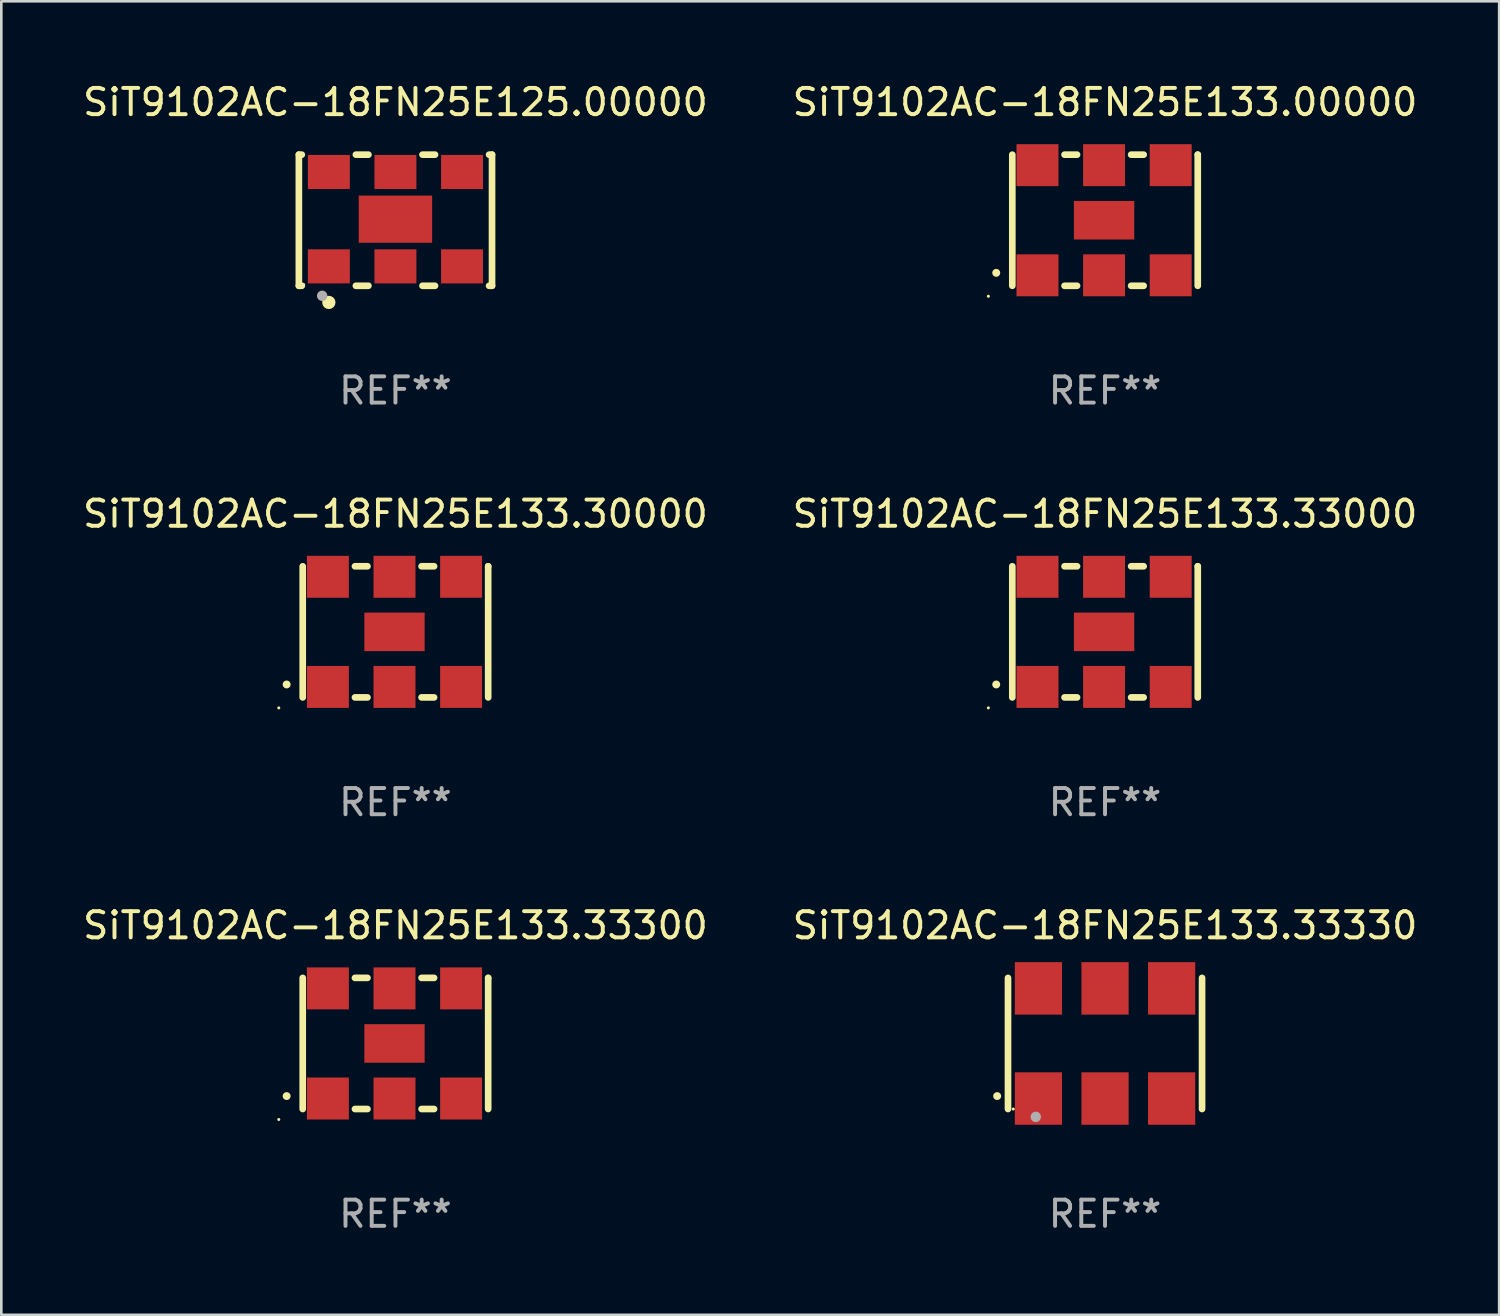
<source format=kicad_pcb>
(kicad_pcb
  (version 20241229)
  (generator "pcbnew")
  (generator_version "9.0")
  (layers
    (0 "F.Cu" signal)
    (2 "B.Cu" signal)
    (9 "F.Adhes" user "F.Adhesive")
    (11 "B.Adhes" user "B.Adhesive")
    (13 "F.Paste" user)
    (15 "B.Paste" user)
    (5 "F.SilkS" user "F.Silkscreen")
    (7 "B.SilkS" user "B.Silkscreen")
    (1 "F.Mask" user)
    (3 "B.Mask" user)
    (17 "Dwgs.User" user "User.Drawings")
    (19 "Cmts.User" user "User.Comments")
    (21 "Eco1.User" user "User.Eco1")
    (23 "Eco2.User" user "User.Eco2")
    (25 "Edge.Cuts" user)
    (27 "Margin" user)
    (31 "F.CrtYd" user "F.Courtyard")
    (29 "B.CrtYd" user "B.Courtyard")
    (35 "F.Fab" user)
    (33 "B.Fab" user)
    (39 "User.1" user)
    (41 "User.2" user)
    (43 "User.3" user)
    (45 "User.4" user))
  (footprint "SiT9102AC-18FN25E133.33330"
    (layer "F.Cu")
    (at 39.089 36.741)
    (property "Reference" "SiT9102AC-18FN25E133.33330" (at 0 -4.5 0) (layer "F.SilkS") (effects (font (size 1 1) (thickness 0.15))))
    (attr through_hole)
    (fp_line (start -3.7 -2.5) (end -3.7 2.5) (stroke (width 0.254) (type solid)) (layer "F.SilkS"))
    (fp_line (start 3.7 -2.5) (end 3.7 2.5) (stroke (width 0.254) (type solid)) (layer "F.SilkS"))
    (fp_arc (start -4.114415 2.006604) (mid -4.113145 2.006599) (end -4.111875 2.006604) (stroke (width 0.3) (type solid)) (layer "F.SilkS"))
    (fp_circle (center -3.5 2.501) (end -3.47 2.501) (stroke (width 0.06) (type solid)) (fill no) (layer "F.SilkS"))
    (fp_circle (center -2.641 2.799) (end -2.541 2.799) (stroke (width 0.2) (type solid)) (fill no) (layer "F.Fab"))
    (fp_text user "REF**" (at 0 6.5 0) (layer "F.Fab") (effects (font (size 1 1) (thickness 0.15))))
    (pad "1" smd rect (at -2.54 2.1) (size 1.8 2) (layers "F.Cu" "F.Mask" "F.Paste"))
    (pad "2" smd rect (at 0.000394 2.1) (size 1.8 2) (layers "F.Cu" "F.Mask" "F.Paste"))
    (pad "3" smd rect (at 2.54 2.1) (size 1.8 2) (layers "F.Cu" "F.Mask" "F.Paste"))
    (pad "4" smd rect (at 2.54 -2.1) (size 1.8 2) (layers "F.Cu" "F.Mask" "F.Paste"))
    (pad "5" smd rect (at 0.000394 -2.1) (size 1.8 2) (layers "F.Cu" "F.Mask" "F.Paste"))
    (pad "6" smd rect (at -2.54 -2.1) (size 1.8 2) (layers "F.Cu" "F.Mask" "F.Paste")))
  (footprint "SiT9102AC-18FN25E133.30000"
    (layer "F.Cu")
    (at 12.03 21.045)
    (property "Reference" "SiT9102AC-18FN25E133.30000" (at 0 -4.5 0) (layer "F.SilkS") (effects (font (size 1 1) (thickness 0.15))))
    (attr through_hole)
    (fp_line (start -3.536 -2.5) (end -3.536 2.5) (stroke (width 0.254) (type solid)) (layer "F.SilkS"))
    (fp_line (start -1.544 2.5) (end -1.067 2.5) (stroke (width 0.254) (type solid)) (layer "F.SilkS"))
    (fp_line (start -1.067 -2.5) (end -1.544 -2.5) (stroke (width 0.254) (type solid)) (layer "F.SilkS"))
    (fp_line (start 0.996 2.5) (end 1.473 2.5) (stroke (width 0.254) (type solid)) (layer "F.SilkS"))
    (fp_line (start 1.473 -2.5) (end 0.996 -2.5) (stroke (width 0.254) (type solid)) (layer "F.SilkS"))
    (fp_line (start 3.536 -2.5) (end 3.536 -2.5) (stroke (width 0.254) (type solid)) (layer "F.SilkS"))
    (fp_line (start 3.536 2.5) (end 3.536 -2.5) (stroke (width 0.254) (type solid)) (layer "F.SilkS"))
    (fp_arc (start -4.150432 2.006604) (mid -4.149162 2.006599) (end -4.147892 2.006604) (stroke (width 0.3) (type solid)) (layer "F.SilkS"))
    (fp_circle (center -4.449 2.9) (end -4.419 2.9) (stroke (width 0.06) (type solid)) (fill no) (layer "F.SilkS"))
    (fp_text user "REF**" (at 0 6.5 0) (layer "F.Fab") (effects (font (size 1 1) (thickness 0.15))))
    (pad "1" smd rect (at -2.576 2.1) (size 1.6 1.6) (layers "F.Cu" "F.Mask" "F.Paste"))
    (pad "2" smd rect (at -0.036 2.1) (size 1.6 1.6) (layers "F.Cu" "F.Mask" "F.Paste"))
    (pad "3" smd rect (at 2.504 2.1) (size 1.6 1.6) (layers "F.Cu" "F.Mask" "F.Paste"))
    (pad "4" smd rect (at 2.504 -2.1) (size 1.6 1.6) (layers "F.Cu" "F.Mask" "F.Paste"))
    (pad "5" smd rect (at -0.036 -2.1) (size 1.6 1.6) (layers "F.Cu" "F.Mask" "F.Paste"))
    (pad "6" smd rect (at -2.576 -2.1) (size 1.6 1.6) (layers "F.Cu" "F.Mask" "F.Paste"))
    (pad "7" smd rect (at -0.036 0) (size 2.3 1.47) (layers "F.Cu" "F.Mask" "F.Paste")))
  (footprint "SiT9102AC-18FN25E133.00000"
    (layer "F.Cu")
    (at 39.089 5.348)
    (property "Reference" "SiT9102AC-18FN25E133.00000" (at 0 -4.5 0) (layer "F.SilkS") (effects (font (size 1 1) (thickness 0.15))))
    (attr through_hole)
    (fp_line (start -3.536 -2.5) (end -3.536 2.5) (stroke (width 0.254) (type solid)) (layer "F.SilkS"))
    (fp_line (start -1.544 2.5) (end -1.067 2.5) (stroke (width 0.254) (type solid)) (layer "F.SilkS"))
    (fp_line (start -1.067 -2.5) (end -1.544 -2.5) (stroke (width 0.254) (type solid)) (layer "F.SilkS"))
    (fp_line (start 0.996 2.5) (end 1.473 2.5) (stroke (width 0.254) (type solid)) (layer "F.SilkS"))
    (fp_line (start 1.473 -2.5) (end 0.996 -2.5) (stroke (width 0.254) (type solid)) (layer "F.SilkS"))
    (fp_line (start 3.536 -2.5) (end 3.536 -2.5) (stroke (width 0.254) (type solid)) (layer "F.SilkS"))
    (fp_line (start 3.536 2.5) (end 3.536 -2.5) (stroke (width 0.254) (type solid)) (layer "F.SilkS"))
    (fp_arc (start -4.150432 2.006604) (mid -4.149162 2.006599) (end -4.147892 2.006604) (stroke (width 0.3) (type solid)) (layer "F.SilkS"))
    (fp_circle (center -4.449 2.9) (end -4.419 2.9) (stroke (width 0.06) (type solid)) (fill no) (layer "F.SilkS"))
    (fp_text user "REF**" (at 0 6.5 0) (layer "F.Fab") (effects (font (size 1 1) (thickness 0.15))))
    (pad "1" smd rect (at -2.576 2.1) (size 1.6 1.6) (layers "F.Cu" "F.Mask" "F.Paste"))
    (pad "2" smd rect (at -0.036 2.1) (size 1.6 1.6) (layers "F.Cu" "F.Mask" "F.Paste"))
    (pad "3" smd rect (at 2.504 2.1) (size 1.6 1.6) (layers "F.Cu" "F.Mask" "F.Paste"))
    (pad "4" smd rect (at 2.504 -2.1) (size 1.6 1.6) (layers "F.Cu" "F.Mask" "F.Paste"))
    (pad "5" smd rect (at -0.036 -2.1) (size 1.6 1.6) (layers "F.Cu" "F.Mask" "F.Paste"))
    (pad "6" smd rect (at -2.576 -2.1) (size 1.6 1.6) (layers "F.Cu" "F.Mask" "F.Paste"))
    (pad "7" smd rect (at -0.036 0) (size 2.3 1.47) (layers "F.Cu" "F.Mask" "F.Paste")))
  (footprint "SiT9102AC-18FN25E125.00000"
    (layer "F.Cu")
    (at 12.03 5.348)
    (property "Reference" "SiT9102AC-18FN25E125.00000" (at 0 -4.5 0) (layer "F.SilkS") (effects (font (size 1 1) (thickness 0.15))))
    (attr through_hole)
    (fp_line (start -3.683 -2.5) (end -3.571 -2.5) (stroke (width 0.254) (type solid)) (layer "F.SilkS"))
    (fp_line (start -3.683 2.5) (end -3.683 -2.5) (stroke (width 0.254) (type solid)) (layer "F.SilkS"))
    (fp_line (start -3.683 2.5) (end -3.571 2.5) (stroke (width 0.254) (type solid)) (layer "F.SilkS"))
    (fp_line (start -1.509 -2.5) (end -1.031 -2.5) (stroke (width 0.254) (type solid)) (layer "F.SilkS"))
    (fp_line (start -1.509 2.5) (end -1.031 2.5) (stroke (width 0.254) (type solid)) (layer "F.SilkS"))
    (fp_line (start 1.031 -2.5) (end 1.509 -2.5) (stroke (width 0.254) (type solid)) (layer "F.SilkS"))
    (fp_line (start 1.031 2.5) (end 1.509 2.5) (stroke (width 0.254) (type solid)) (layer "F.SilkS"))
    (fp_line (start 3.571 -2.5) (end 3.683 -2.5) (stroke (width 0.254) (type solid)) (layer "F.SilkS"))
    (fp_line (start 3.571 2.5) (end 3.683 2.5) (stroke (width 0.254) (type solid)) (layer "F.SilkS"))
    (fp_line (start 3.683 2.5) (end 3.683 -2.5) (stroke (width 0.254) (type solid)) (layer "F.SilkS"))
    (fp_circle (center -3.5 2.46) (end -3.47 2.46) (stroke (width 0.06) (type solid)) (fill no) (layer "F.SilkS"))
    (fp_circle (center -2.54 3.135) (end -2.413 3.135) (stroke (width 0.254) (type solid)) (fill no) (layer "F.SilkS"))
    (fp_circle (center -2.794 2.881) (end -2.694 2.881) (stroke (width 0.2) (type solid)) (fill no) (layer "F.Fab"))
    (fp_text user "REF**" (at 0 6.5 0) (layer "F.Fab") (effects (font (size 1 1) (thickness 0.15))))
    (pad "1" smd rect (at -2.54 1.76) (size 1.6 1.3) (layers "F.Cu" "F.Mask" "F.Paste"))
    (pad "2" smd rect (at 0 1.76) (size 1.6 1.3) (layers "F.Cu" "F.Mask" "F.Paste"))
    (pad "3" smd rect (at 2.54 1.76) (size 1.6 1.3) (layers "F.Cu" "F.Mask" "F.Paste"))
    (pad "4" smd rect (at 2.54 -1.84) (size 1.6 1.3) (layers "F.Cu" "F.Mask" "F.Paste"))
    (pad "5" smd rect (at 0 -1.84) (size 1.6 1.3) (layers "F.Cu" "F.Mask" "F.Paste"))
    (pad "6" smd rect (at -2.54 -1.84) (size 1.6 1.3) (layers "F.Cu" "F.Mask" "F.Paste"))
    (pad "7" smd rect (at 0 -0.04) (size 2.8 1.8) (layers "F.Cu" "F.Mask" "F.Paste")))
  (footprint "SiT9102AC-18FN25E133.33300"
    (layer "F.Cu")
    (at 12.03 36.741)
    (property "Reference" "SiT9102AC-18FN25E133.33300" (at 0 -4.5 0) (layer "F.SilkS") (effects (font (size 1 1) (thickness 0.15))))
    (attr through_hole)
    (fp_line (start -3.536 -2.5) (end -3.536 2.5) (stroke (width 0.254) (type solid)) (layer "F.SilkS"))
    (fp_line (start -1.544 2.5) (end -1.067 2.5) (stroke (width 0.254) (type solid)) (layer "F.SilkS"))
    (fp_line (start -1.067 -2.5) (end -1.544 -2.5) (stroke (width 0.254) (type solid)) (layer "F.SilkS"))
    (fp_line (start 0.996 2.5) (end 1.473 2.5) (stroke (width 0.254) (type solid)) (layer "F.SilkS"))
    (fp_line (start 1.473 -2.5) (end 0.996 -2.5) (stroke (width 0.254) (type solid)) (layer "F.SilkS"))
    (fp_line (start 3.536 -2.5) (end 3.536 -2.5) (stroke (width 0.254) (type solid)) (layer "F.SilkS"))
    (fp_line (start 3.536 2.5) (end 3.536 -2.5) (stroke (width 0.254) (type solid)) (layer "F.SilkS"))
    (fp_arc (start -4.150432 2.006604) (mid -4.149162 2.006599) (end -4.147892 2.006604) (stroke (width 0.3) (type solid)) (layer "F.SilkS"))
    (fp_circle (center -4.449 2.9) (end -4.419 2.9) (stroke (width 0.06) (type solid)) (fill no) (layer "F.SilkS"))
    (fp_text user "REF**" (at 0 6.5 0) (layer "F.Fab") (effects (font (size 1 1) (thickness 0.15))))
    (pad "1" smd rect (at -2.576 2.1) (size 1.6 1.6) (layers "F.Cu" "F.Mask" "F.Paste"))
    (pad "2" smd rect (at -0.036 2.1) (size 1.6 1.6) (layers "F.Cu" "F.Mask" "F.Paste"))
    (pad "3" smd rect (at 2.504 2.1) (size 1.6 1.6) (layers "F.Cu" "F.Mask" "F.Paste"))
    (pad "4" smd rect (at 2.504 -2.1) (size 1.6 1.6) (layers "F.Cu" "F.Mask" "F.Paste"))
    (pad "5" smd rect (at -0.036 -2.1) (size 1.6 1.6) (layers "F.Cu" "F.Mask" "F.Paste"))
    (pad "6" smd rect (at -2.576 -2.1) (size 1.6 1.6) (layers "F.Cu" "F.Mask" "F.Paste"))
    (pad "7" smd rect (at -0.036 0) (size 2.3 1.47) (layers "F.Cu" "F.Mask" "F.Paste")))
  (footprint "SiT9102AC-18FN25E133.33000"
    (layer "F.Cu")
    (at 39.089 21.045)
    (property "Reference" "SiT9102AC-18FN25E133.33000" (at 0 -4.5 0) (layer "F.SilkS") (effects (font (size 1 1) (thickness 0.15))))
    (attr through_hole)
    (fp_line (start -3.536 -2.5) (end -3.536 2.5) (stroke (width 0.254) (type solid)) (layer "F.SilkS"))
    (fp_line (start -1.544 2.5) (end -1.067 2.5) (stroke (width 0.254) (type solid)) (layer "F.SilkS"))
    (fp_line (start -1.067 -2.5) (end -1.544 -2.5) (stroke (width 0.254) (type solid)) (layer "F.SilkS"))
    (fp_line (start 0.996 2.5) (end 1.473 2.5) (stroke (width 0.254) (type solid)) (layer "F.SilkS"))
    (fp_line (start 1.473 -2.5) (end 0.996 -2.5) (stroke (width 0.254) (type solid)) (layer "F.SilkS"))
    (fp_line (start 3.536 -2.5) (end 3.536 -2.5) (stroke (width 0.254) (type solid)) (layer "F.SilkS"))
    (fp_line (start 3.536 2.5) (end 3.536 -2.5) (stroke (width 0.254) (type solid)) (layer "F.SilkS"))
    (fp_arc (start -4.150432 2.006604) (mid -4.149162 2.006599) (end -4.147892 2.006604) (stroke (width 0.3) (type solid)) (layer "F.SilkS"))
    (fp_circle (center -4.449 2.9) (end -4.419 2.9) (stroke (width 0.06) (type solid)) (fill no) (layer "F.SilkS"))
    (fp_text user "REF**" (at 0 6.5 0) (layer "F.Fab") (effects (font (size 1 1) (thickness 0.15))))
    (pad "1" smd rect (at -2.576 2.1) (size 1.6 1.6) (layers "F.Cu" "F.Mask" "F.Paste"))
    (pad "2" smd rect (at -0.036 2.1) (size 1.6 1.6) (layers "F.Cu" "F.Mask" "F.Paste"))
    (pad "3" smd rect (at 2.504 2.1) (size 1.6 1.6) (layers "F.Cu" "F.Mask" "F.Paste"))
    (pad "4" smd rect (at 2.504 -2.1) (size 1.6 1.6) (layers "F.Cu" "F.Mask" "F.Paste"))
    (pad "5" smd rect (at -0.036 -2.1) (size 1.6 1.6) (layers "F.Cu" "F.Mask" "F.Paste"))
    (pad "6" smd rect (at -2.576 -2.1) (size 1.6 1.6) (layers "F.Cu" "F.Mask" "F.Paste"))
    (pad "7" smd rect (at -0.036 0) (size 2.3 1.47) (layers "F.Cu" "F.Mask" "F.Paste")))
  (gr_rect
    (start -3 -3)
    (end 54.119 47.09)
    (stroke (width 0.1) (type default))
    (fill no)
    (layer "Edge.Cuts")))
</source>
